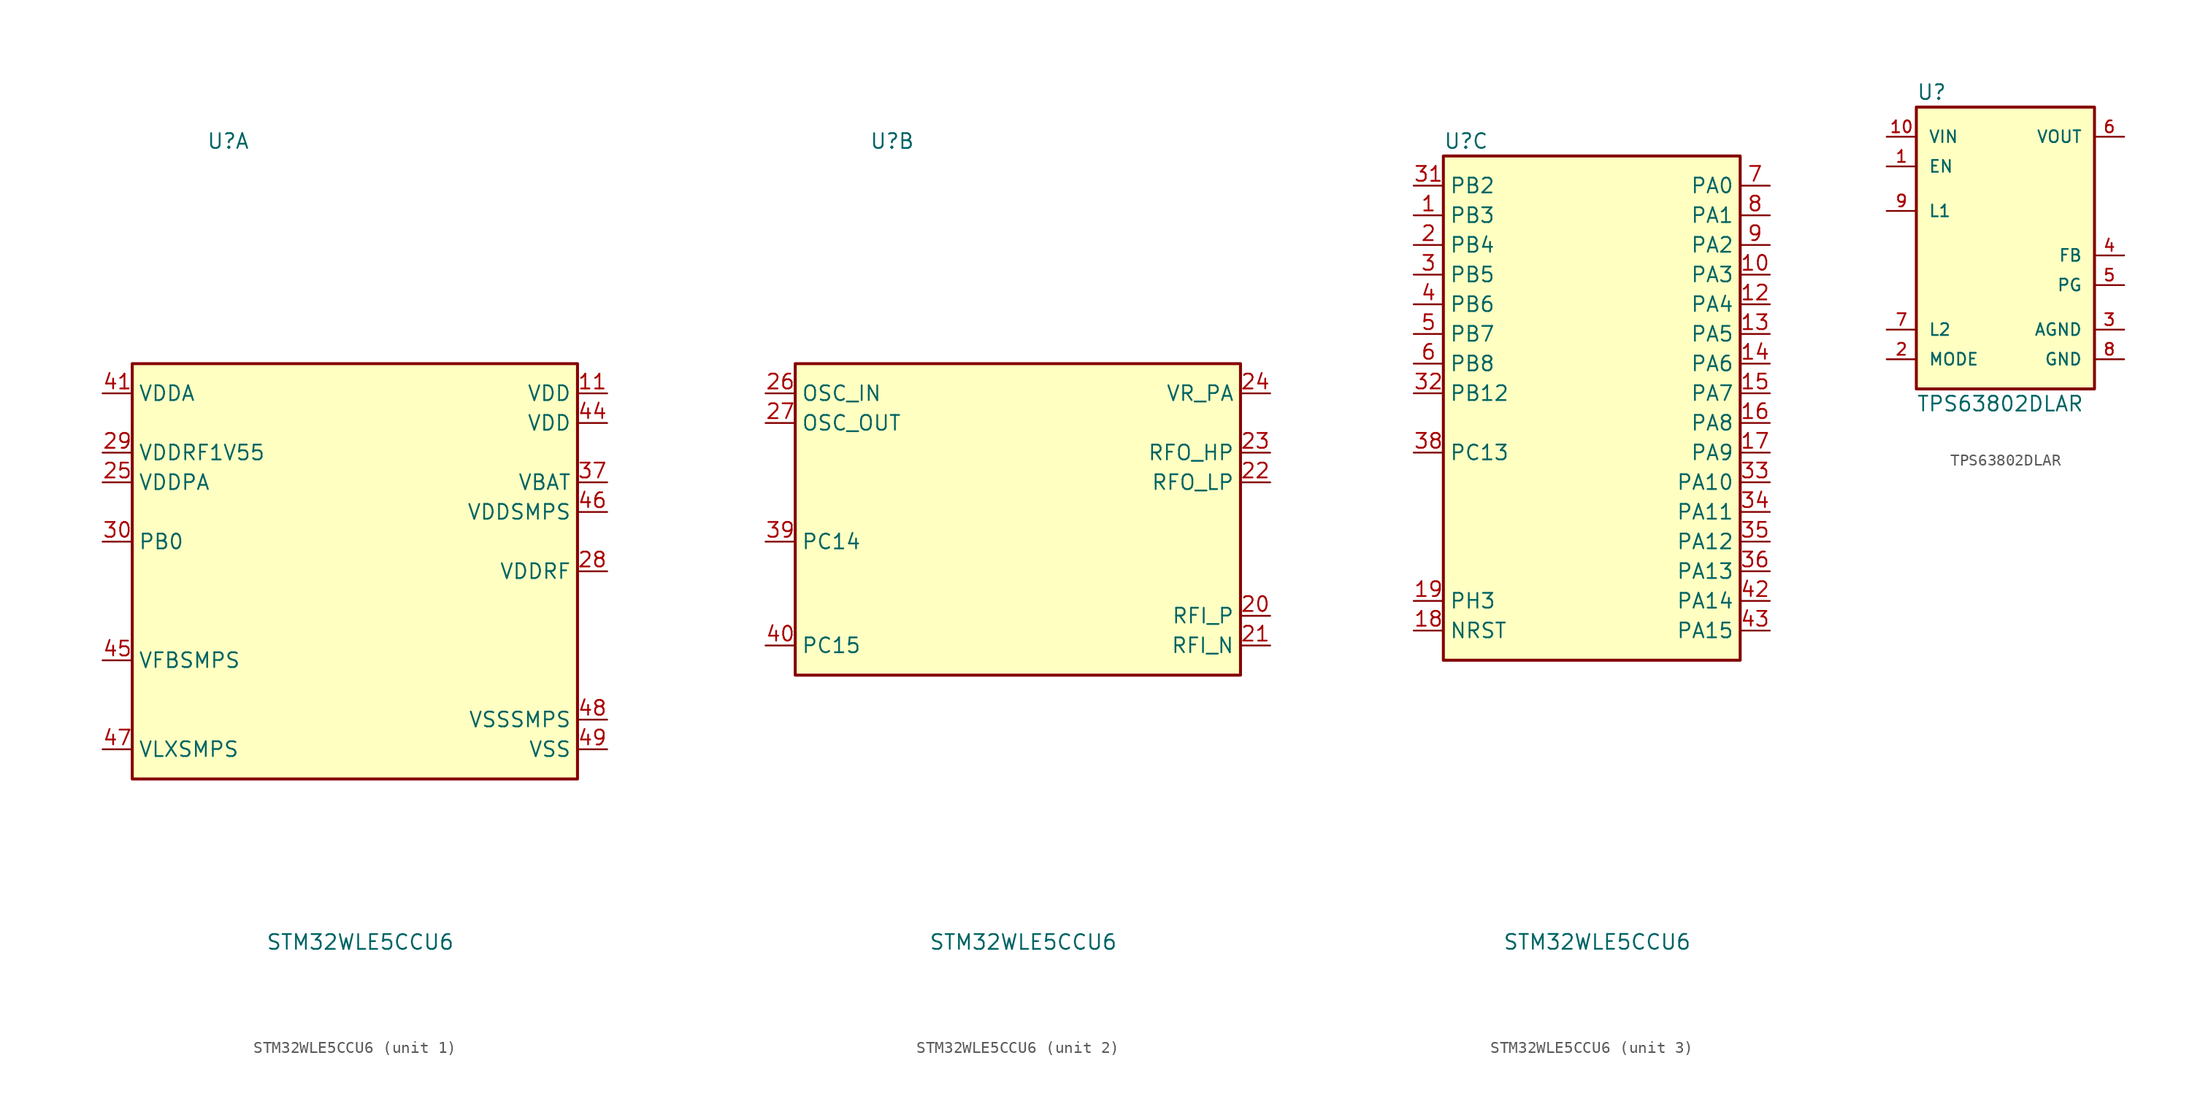
<source format=kicad_sym>
(kicad_symbol_lib
  (version 20241209)
  (generator "kicad_symbol_editor")
  (generator_version "9.0")
  (symbol "STM32WLE5CCU6"
    (property "Reference" "U"
      (at -12.7 36.83 0)
      (effects (font (size 1.27 1.27)) (justify left)))
    (property "Value" "STM32WLE5CCU6"
      (at -7.62 -31.75 0)
      (effects (font (size 1.27 1.27)) (justify left)))
    (property "ki_locked" ""
      (at 0 0 0)
      (effects (font (size 1.27 1.27))))
    (symbol "STM32WLE5CCU6_1_1"
      (rectangle (start -19.05 17.78) (end 19.05 -17.78) (stroke (width 0.254) (type default)) (fill (type background)))
      (pin power_in line (at -21.59 15.24 0) (length 2.54) (name "VDDA" (effects (font (size 1.27 1.27)))) (number "41" (effects (font (size 1.27 1.27)))))
      (pin power_in line (at -21.59 10.16 0) (length 2.54) (name "VDDRF1V55" (effects (font (size 1.27 1.27)))) (number "29" (effects (font (size 1.27 1.27)))))
      (pin power_in line (at -21.59 7.62 0) (length 2.54) (name "VDDPA" (effects (font (size 1.27 1.27)))) (number "25" (effects (font (size 1.27 1.27)))))
      (pin bidirectional line (at -21.59 2.54 0) (length 2.54) (name "PB0" (effects (font (size 1.27 1.27)))) (number "30" (effects (font (size 1.27 1.27)))) (alternate "COMP1_OUT" bidirectional line) (alternate "VDDTCXO" bidirectional line))
      (pin input line (at -21.59 -7.62 0) (length 2.54) (name "VFBSMPS" (effects (font (size 1.27 1.27)))) (number "45" (effects (font (size 1.27 1.27)))))
      (pin power_in line (at -21.59 -15.24 0) (length 2.54) (name "VLXSMPS" (effects (font (size 1.27 1.27)))) (number "47" (effects (font (size 1.27 1.27)))))
      (pin power_in line (at 21.59 15.24 180) (length 2.54) (name "VDD" (effects (font (size 1.27 1.27)))) (number "11" (effects (font (size 1.27 1.27)))))
      (pin power_in line (at 21.59 12.7 180) (length 2.54) (name "VDD" (effects (font (size 1.27 1.27)))) (number "44" (effects (font (size 1.27 1.27)))))
      (pin power_in line (at 21.59 7.62 180) (length 2.54) (name "VBAT" (effects (font (size 1.27 1.27)))) (number "37" (effects (font (size 1.27 1.27)))))
      (pin power_in line (at 21.59 5.08 180) (length 2.54) (name "VDDSMPS" (effects (font (size 1.27 1.27)))) (number "46" (effects (font (size 1.27 1.27)))))
      (pin power_in line (at 21.59 0 180) (length 2.54) (name "VDDRF" (effects (font (size 1.27 1.27)))) (number "28" (effects (font (size 1.27 1.27)))))
      (pin power_in line (at 21.59 -12.7 180) (length 2.54) (name "VSSSMPS" (effects (font (size 1.27 1.27)))) (number "48" (effects (font (size 1.27 1.27)))))
      (pin power_in line (at 21.59 -15.24 180) (length 2.54) (name "VSS" (effects (font (size 1.27 1.27)))) (number "49" (effects (font (size 1.27 1.27))))))
    (symbol "STM32WLE5CCU6_2_1"
      (rectangle (start -19.05 17.78) (end 19.05 -8.89) (stroke (width 0.254) (type default)) (fill (type background)))
      (pin input line (at -21.59 15.24 0) (length 2.54) (name "OSC_IN" (effects (font (size 1.27 1.27)))) (number "26" (effects (font (size 1.27 1.27)))) (alternate "RCC_OSC_IN" bidirectional line))
      (pin input line (at -21.59 12.7 0) (length 2.54) (name "OSC_OUT" (effects (font (size 1.27 1.27)))) (number "27" (effects (font (size 1.27 1.27)))) (alternate "RCC_OSC_OUT" bidirectional line))
      (pin bidirectional line (at -21.59 2.54 0) (length 2.54) (name "PC14" (effects (font (size 1.27 1.27)))) (number "39" (effects (font (size 1.27 1.27)))) (alternate "RCC_OSC32_IN" bidirectional line))
      (pin bidirectional line (at -21.59 -6.35 0) (length 2.54) (name "PC15" (effects (font (size 1.27 1.27)))) (number "40" (effects (font (size 1.27 1.27)))) (alternate "RCC_OSC32_OUT" bidirectional line))
      (pin power_in line (at 21.59 15.24 180) (length 2.54) (name "VR_PA" (effects (font (size 1.27 1.27)))) (number "24" (effects (font (size 1.27 1.27)))))
      (pin bidirectional line (at 21.59 10.16 180) (length 2.54) (name "RFO_HP" (effects (font (size 1.27 1.27)))) (number "23" (effects (font (size 1.27 1.27)))))
      (pin bidirectional line (at 21.59 7.62 180) (length 2.54) (name "RFO_LP" (effects (font (size 1.27 1.27)))) (number "22" (effects (font (size 1.27 1.27)))))
      (pin bidirectional line (at 21.59 -3.81 180) (length 2.54) (name "RFI_P" (effects (font (size 1.27 1.27)))) (number "20" (effects (font (size 1.27 1.27)))))
      (pin bidirectional line (at 21.59 -6.35 180) (length 2.54) (name "RFI_N" (effects (font (size 1.27 1.27)))) (number "21" (effects (font (size 1.27 1.27))))))
    (symbol "STM32WLE5CCU6_3_1"
      (rectangle (start -12.7 35.56) (end 12.7 -7.62) (stroke (width 0.254) (type default)) (fill (type background)))
      (pin bidirectional line (at -15.24 33.02 0) (length 2.54) (name "PB2" (effects (font (size 1.27 1.27)))) (number "31" (effects (font (size 1.27 1.27)))) (alternate "ADC_IN4" bidirectional line) (alternate "COMP1_INP" bidirectional line) (alternate "COMP2_INM" bidirectional line) (alternate "DEBUG_RF-SMPSRDY" bidirectional line) (alternate "I2C3_SMBA" bidirectional line) (alternate "LPTIM1_OUT" bidirectional line) (alternate "SPI1_NSS" bidirectional line))
      (pin bidirectional line (at -15.24 30.48 0) (length 2.54) (name "PB3" (effects (font (size 1.27 1.27)))) (number "1" (effects (font (size 1.27 1.27)))) (alternate "ADC_IN2" bidirectional line) (alternate "COMP1_INM" bidirectional line) (alternate "COMP2_INM" bidirectional line) (alternate "DEBUG_JTDO-SWO" bidirectional line) (alternate "DEBUG_RF-DTB1" bidirectional line) (alternate "PWR_WKUP3" bidirectional line) (alternate "RTC_TAMP_IN3" bidirectional line) (alternate "SPI1_SCK" bidirectional line) (alternate "TIM2_CH2" bidirectional line) (alternate "USART1_DE" bidirectional line) (alternate "USART1_RTS" bidirectional line))
      (pin bidirectional line (at -15.24 27.94 0) (length 2.54) (name "PB4" (effects (font (size 1.27 1.27)))) (number "2" (effects (font (size 1.27 1.27)))) (alternate "ADC_IN3" bidirectional line) (alternate "COMP1_INP" bidirectional line) (alternate "COMP2_INP" bidirectional line) (alternate "DEBUG_JTRST" bidirectional line) (alternate "DEBUG_RF-LDORDY" bidirectional line) (alternate "I2C3_SDA" bidirectional line) (alternate "SPI1_MISO" bidirectional line) (alternate "TIM17_BKIN" bidirectional line) (alternate "USART1_CTS" bidirectional line) (alternate "USART1_NSS" bidirectional line))
      (pin bidirectional line (at -15.24 25.4 0) (length 2.54) (name "PB5" (effects (font (size 1.27 1.27)))) (number "3" (effects (font (size 1.27 1.27)))) (alternate "COMP2_OUT" bidirectional line) (alternate "I2C1_SMBA" bidirectional line) (alternate "LPTIM1_IN1" bidirectional line) (alternate "SPI1_MOSI" bidirectional line) (alternate "TIM16_BKIN" bidirectional line) (alternate "USART1_CK" bidirectional line))
      (pin bidirectional line (at -15.24 22.86 0) (length 2.54) (name "PB6" (effects (font (size 1.27 1.27)))) (number "4" (effects (font (size 1.27 1.27)))) (alternate "I2C1_SCL" bidirectional line) (alternate "LPTIM1_ETR" bidirectional line) (alternate "TIM16_CH1N" bidirectional line) (alternate "USART1_TX" bidirectional line))
      (pin bidirectional line (at -15.24 20.32 0) (length 2.54) (name "PB7" (effects (font (size 1.27 1.27)))) (number "5" (effects (font (size 1.27 1.27)))) (alternate "I2C1_SDA" bidirectional line) (alternate "LPTIM1_IN2" bidirectional line) (alternate "PWR_PVD_IN" bidirectional line) (alternate "TIM17_CH1N" bidirectional line) (alternate "TIM1_BKIN" bidirectional line) (alternate "USART1_RX" bidirectional line))
      (pin bidirectional line (at -15.24 17.78 0) (length 2.54) (name "PB8" (effects (font (size 1.27 1.27)))) (number "6" (effects (font (size 1.27 1.27)))) (alternate "I2C1_SCL" bidirectional line) (alternate "TIM16_CH1" bidirectional line) (alternate "TIM1_CH2N" bidirectional line))
      (pin bidirectional line (at -15.24 15.24 0) (length 2.54) (name "PB12" (effects (font (size 1.27 1.27)))) (number "32" (effects (font (size 1.27 1.27)))) (alternate "I2C3_SMBA" bidirectional line) (alternate "I2S2_WS" bidirectional line) (alternate "LPUART1_RTS" bidirectional line) (alternate "SPI2_NSS" bidirectional line) (alternate "TIM1_BKIN" bidirectional line))
      (pin bidirectional line (at -15.24 10.16 0) (length 2.54) (name "PC13" (effects (font (size 1.27 1.27)))) (number "38" (effects (font (size 1.27 1.27)))) (alternate "PWR_WKUP2" bidirectional line) (alternate "RTC_OUT1" bidirectional line) (alternate "RTC_TAMP_IN1" bidirectional line) (alternate "RTC_TS" bidirectional line))
      (pin bidirectional line (at -15.24 -2.54 0) (length 2.54) (name "PH3" (effects (font (size 1.27 1.27)))) (number "19" (effects (font (size 1.27 1.27)))))
      (pin input line (at -15.24 -5.08 0) (length 2.54) (name "NRST" (effects (font (size 1.27 1.27)))) (number "18" (effects (font (size 1.27 1.27)))))
      (pin bidirectional line (at 15.24 33.02 180) (length 2.54) (name "PA0" (effects (font (size 1.27 1.27)))) (number "7" (effects (font (size 1.27 1.27)))) (alternate "COMP1_OUT" bidirectional line) (alternate "DEBUG_PWR-REGLP1S" bidirectional line) (alternate "I2C3_SMBA" bidirectional line) (alternate "I2S_CKIN" bidirectional line) (alternate "PWR_WKUP1" bidirectional line) (alternate "RTC_TAMP_IN2" bidirectional line) (alternate "TIM2_CH1" bidirectional line) (alternate "TIM2_ETR" bidirectional line) (alternate "USART2_CTS" bidirectional line) (alternate "USART2_NSS" bidirectional line))
      (pin bidirectional line (at 15.24 30.48 180) (length 2.54) (name "PA1" (effects (font (size 1.27 1.27)))) (number "8" (effects (font (size 1.27 1.27)))) (alternate "DEBUG_PWR-REGLP2S" bidirectional line) (alternate "I2C1_SMBA" bidirectional line) (alternate "LPTIM3_OUT" bidirectional line) (alternate "LPUART1_RTS" bidirectional line) (alternate "SPI1_SCK" bidirectional line) (alternate "TIM2_CH2" bidirectional line) (alternate "USART2_DE" bidirectional line) (alternate "USART2_RTS" bidirectional line))
      (pin bidirectional line (at 15.24 27.94 180) (length 2.54) (name "PA2" (effects (font (size 1.27 1.27)))) (number "9" (effects (font (size 1.27 1.27)))) (alternate "COMP2_OUT" bidirectional line) (alternate "DEBUG_PWR-LDORDY" bidirectional line) (alternate "LPUART1_TX" bidirectional line) (alternate "RCC_LSCO" bidirectional line) (alternate "TIM2_CH3" bidirectional line) (alternate "USART2_TX" bidirectional line))
      (pin bidirectional line (at 15.24 25.4 180) (length 2.54) (name "PA3" (effects (font (size 1.27 1.27)))) (number "10" (effects (font (size 1.27 1.27)))) (alternate "I2S2_MCK" bidirectional line) (alternate "LPUART1_RX" bidirectional line) (alternate "TIM2_CH4" bidirectional line) (alternate "USART2_RX" bidirectional line))
      (pin bidirectional line (at 15.24 22.86 180) (length 2.54) (name "PA4" (effects (font (size 1.27 1.27)))) (number "12" (effects (font (size 1.27 1.27)))) (alternate "DEBUG_SUBGHZSPI-NSSOUT" bidirectional line) (alternate "LPTIM1_OUT" bidirectional line) (alternate "LPTIM2_OUT" bidirectional line) (alternate "RTC_OUT2" bidirectional line) (alternate "SPI1_NSS" bidirectional line) (alternate "USART2_CK" bidirectional line))
      (pin bidirectional line (at 15.24 20.32 180) (length 2.54) (name "PA5" (effects (font (size 1.27 1.27)))) (number "13" (effects (font (size 1.27 1.27)))) (alternate "DEBUG_SUBGHZSPI-SCKOUT" bidirectional line) (alternate "LPTIM2_ETR" bidirectional line) (alternate "SPI1_SCK" bidirectional line) (alternate "SPI2_MISO" bidirectional line) (alternate "TIM2_CH1" bidirectional line) (alternate "TIM2_ETR" bidirectional line))
      (pin bidirectional line (at 15.24 17.78 180) (length 2.54) (name "PA6" (effects (font (size 1.27 1.27)))) (number "14" (effects (font (size 1.27 1.27)))) (alternate "DEBUG_SUBGHZSPI-MISOOUT" bidirectional line) (alternate "I2C2_SMBA" bidirectional line) (alternate "LPUART1_CTS" bidirectional line) (alternate "SPI1_MISO" bidirectional line) (alternate "TIM16_CH1" bidirectional line) (alternate "TIM1_BKIN" bidirectional line))
      (pin bidirectional line (at 15.24 15.24 180) (length 2.54) (name "PA7" (effects (font (size 1.27 1.27)))) (number "15" (effects (font (size 1.27 1.27)))) (alternate "COMP2_OUT" bidirectional line) (alternate "DEBUG_SUBGHZSPI-MOSIOUT" bidirectional line) (alternate "I2C3_SCL" bidirectional line) (alternate "SPI1_MOSI" bidirectional line) (alternate "TIM17_CH1" bidirectional line) (alternate "TIM1_CH1N" bidirectional line))
      (pin bidirectional line (at 15.24 12.7 180) (length 2.54) (name "PA8" (effects (font (size 1.27 1.27)))) (number "16" (effects (font (size 1.27 1.27)))) (alternate "I2S2_CK" bidirectional line) (alternate "LPTIM2_OUT" bidirectional line) (alternate "RCC_MCO" bidirectional line) (alternate "SPI2_SCK" bidirectional line) (alternate "TIM1_CH1" bidirectional line) (alternate "USART1_CK" bidirectional line))
      (pin bidirectional line (at 15.24 10.16 180) (length 2.54) (name "PA9" (effects (font (size 1.27 1.27)))) (number "17" (effects (font (size 1.27 1.27)))) (alternate "DAC_EXTI9" bidirectional line) (alternate "I2C1_SCL" bidirectional line) (alternate "I2S2_CK" bidirectional line) (alternate "I2S2_WS" bidirectional line) (alternate "SPI2_NSS" bidirectional line) (alternate "SPI2_SCK" bidirectional line) (alternate "TIM1_CH2" bidirectional line) (alternate "USART1_TX" bidirectional line))
      (pin bidirectional line (at 15.24 7.62 180) (length 2.54) (name "PA10" (effects (font (size 1.27 1.27)))) (number "33" (effects (font (size 1.27 1.27)))) (alternate "ADC_IN6" bidirectional line) (alternate "COMP1_INM" bidirectional line) (alternate "COMP2_INM" bidirectional line) (alternate "DAC_OUT1" bidirectional line) (alternate "DEBUG_RF-HSE32RDY" bidirectional line) (alternate "I2C1_SDA" bidirectional line) (alternate "I2S2_SD" bidirectional line) (alternate "RTC_REFIN" bidirectional line) (alternate "SPI2_MOSI" bidirectional line) (alternate "TIM17_BKIN" bidirectional line) (alternate "TIM1_CH3" bidirectional line) (alternate "USART1_RX" bidirectional line))
      (pin bidirectional line (at 15.24 5.08 180) (length 2.54) (name "PA11" (effects (font (size 1.27 1.27)))) (number "34" (effects (font (size 1.27 1.27)))) (alternate "ADC_EXTI11" bidirectional line) (alternate "ADC_IN7" bidirectional line) (alternate "COMP1_INM" bidirectional line) (alternate "COMP2_INM" bidirectional line) (alternate "DEBUG_RF-NRESET" bidirectional line) (alternate "I2C2_SDA" bidirectional line) (alternate "LPTIM3_ETR" bidirectional line) (alternate "SPI1_MISO" bidirectional line) (alternate "TIM1_BKIN2" bidirectional line) (alternate "TIM1_CH4" bidirectional line) (alternate "USART1_CTS" bidirectional line) (alternate "USART1_NSS" bidirectional line))
      (pin bidirectional line (at 15.24 2.54 180) (length 2.54) (name "PA12" (effects (font (size 1.27 1.27)))) (number "35" (effects (font (size 1.27 1.27)))) (alternate "ADC_IN8" bidirectional line) (alternate "DEBUG_RF-BUSY" bidirectional line) (alternate "I2C2_SCL" bidirectional line) (alternate "LPTIM3_IN1" bidirectional line) (alternate "SPI1_MOSI" bidirectional line) (alternate "TIM1_ETR" bidirectional line) (alternate "USART1_DE" bidirectional line) (alternate "USART1_RTS" bidirectional line))
      (pin bidirectional line (at 15.24 0 180) (length 2.54) (name "PA13" (effects (font (size 1.27 1.27)))) (number "36" (effects (font (size 1.27 1.27)))) (alternate "ADC_IN9" bidirectional line) (alternate "DEBUG_JTMS-SWDIO" bidirectional line) (alternate "I2C2_SMBA" bidirectional line) (alternate "IR_OUT" bidirectional line))
      (pin bidirectional line (at 15.24 -2.54 180) (length 2.54) (name "PA14" (effects (font (size 1.27 1.27)))) (number "42" (effects (font (size 1.27 1.27)))) (alternate "ADC_IN10" bidirectional line) (alternate "DEBUG_JTCK-SWCLK" bidirectional line) (alternate "I2C1_SMBA" bidirectional line) (alternate "LPTIM1_OUT" bidirectional line))
      (pin bidirectional line (at 15.24 -5.08 180) (length 2.54) (name "PA15" (effects (font (size 1.27 1.27)))) (number "43" (effects (font (size 1.27 1.27)))) (alternate "ADC_IN11" bidirectional line) (alternate "COMP1_INM" bidirectional line) (alternate "COMP2_INP" bidirectional line) (alternate "DEBUG_JTDI" bidirectional line) (alternate "I2C2_SDA" bidirectional line) (alternate "SPI1_NSS" bidirectional line) (alternate "TIM2_CH1" bidirectional line) (alternate "TIM2_ETR" bidirectional line))))
  (symbol "TPS63802DLAR"
    (pin_names
      (offset 1.016))
    (property "Reference" "U"
      (at -7.62 13.97 0)
      (do_not_autoplace)
      (effects (font (size 1.27 1.27)) (justify left)))
    (property "Value" "TPS63802DLAR"
      (at -7.62 -12.7 0)
      (do_not_autoplace)
      (effects (font (size 1.27 1.27)) (justify left)))
    (symbol "TPS63802DLAR_0_0"
      (rectangle (start -7.62 12.7) (end 7.62 -11.43) (stroke (width 0.254) (type default)) (fill (type background)))
      (pin input line (at -10.16 10.16 0) (length 2.54) (name "VIN" (effects (font (size 1.016 1.016)))) (number "10" (effects (font (size 1.016 1.016)))))
      (pin input line (at -10.16 7.62 0) (length 2.54) (name "EN" (effects (font (size 1.016 1.016)))) (number "1" (effects (font (size 1.016 1.016)))))
      (pin passive line (at -10.16 3.81 0) (length 2.54) (name "L1" (effects (font (size 1.016 1.016)))) (number "9" (effects (font (size 1.016 1.016)))))
      (pin passive line (at -10.16 -6.35 0) (length 2.54) (name "L2" (effects (font (size 1.016 1.016)))) (number "7" (effects (font (size 1.016 1.016)))))
      (pin input line (at -10.16 -8.89 0) (length 2.54) (name "MODE" (effects (font (size 1.016 1.016)))) (number "2" (effects (font (size 1.016 1.016)))))
      (pin output line (at 10.16 10.16 180) (length 2.54) (name "VOUT" (effects (font (size 1.016 1.016)))) (number "6" (effects (font (size 1.016 1.016)))))
      (pin input line (at 10.16 0 180) (length 2.54) (name "FB" (effects (font (size 1.016 1.016)))) (number "4" (effects (font (size 1.016 1.016)))))
      (pin output line (at 10.16 -2.54 180) (length 2.54) (name "PG" (effects (font (size 1.016 1.016)))) (number "5" (effects (font (size 1.016 1.016)))))
      (pin power_in line (at 10.16 -6.35 180) (length 2.54) (name "AGND" (effects (font (size 1.016 1.016)))) (number "3" (effects (font (size 1.016 1.016)))))
      (pin power_in line (at 10.16 -8.89 180) (length 2.54) (name "GND" (effects (font (size 1.016 1.016)))) (number "8" (effects (font (size 1.016 1.016))))))))
</source>
